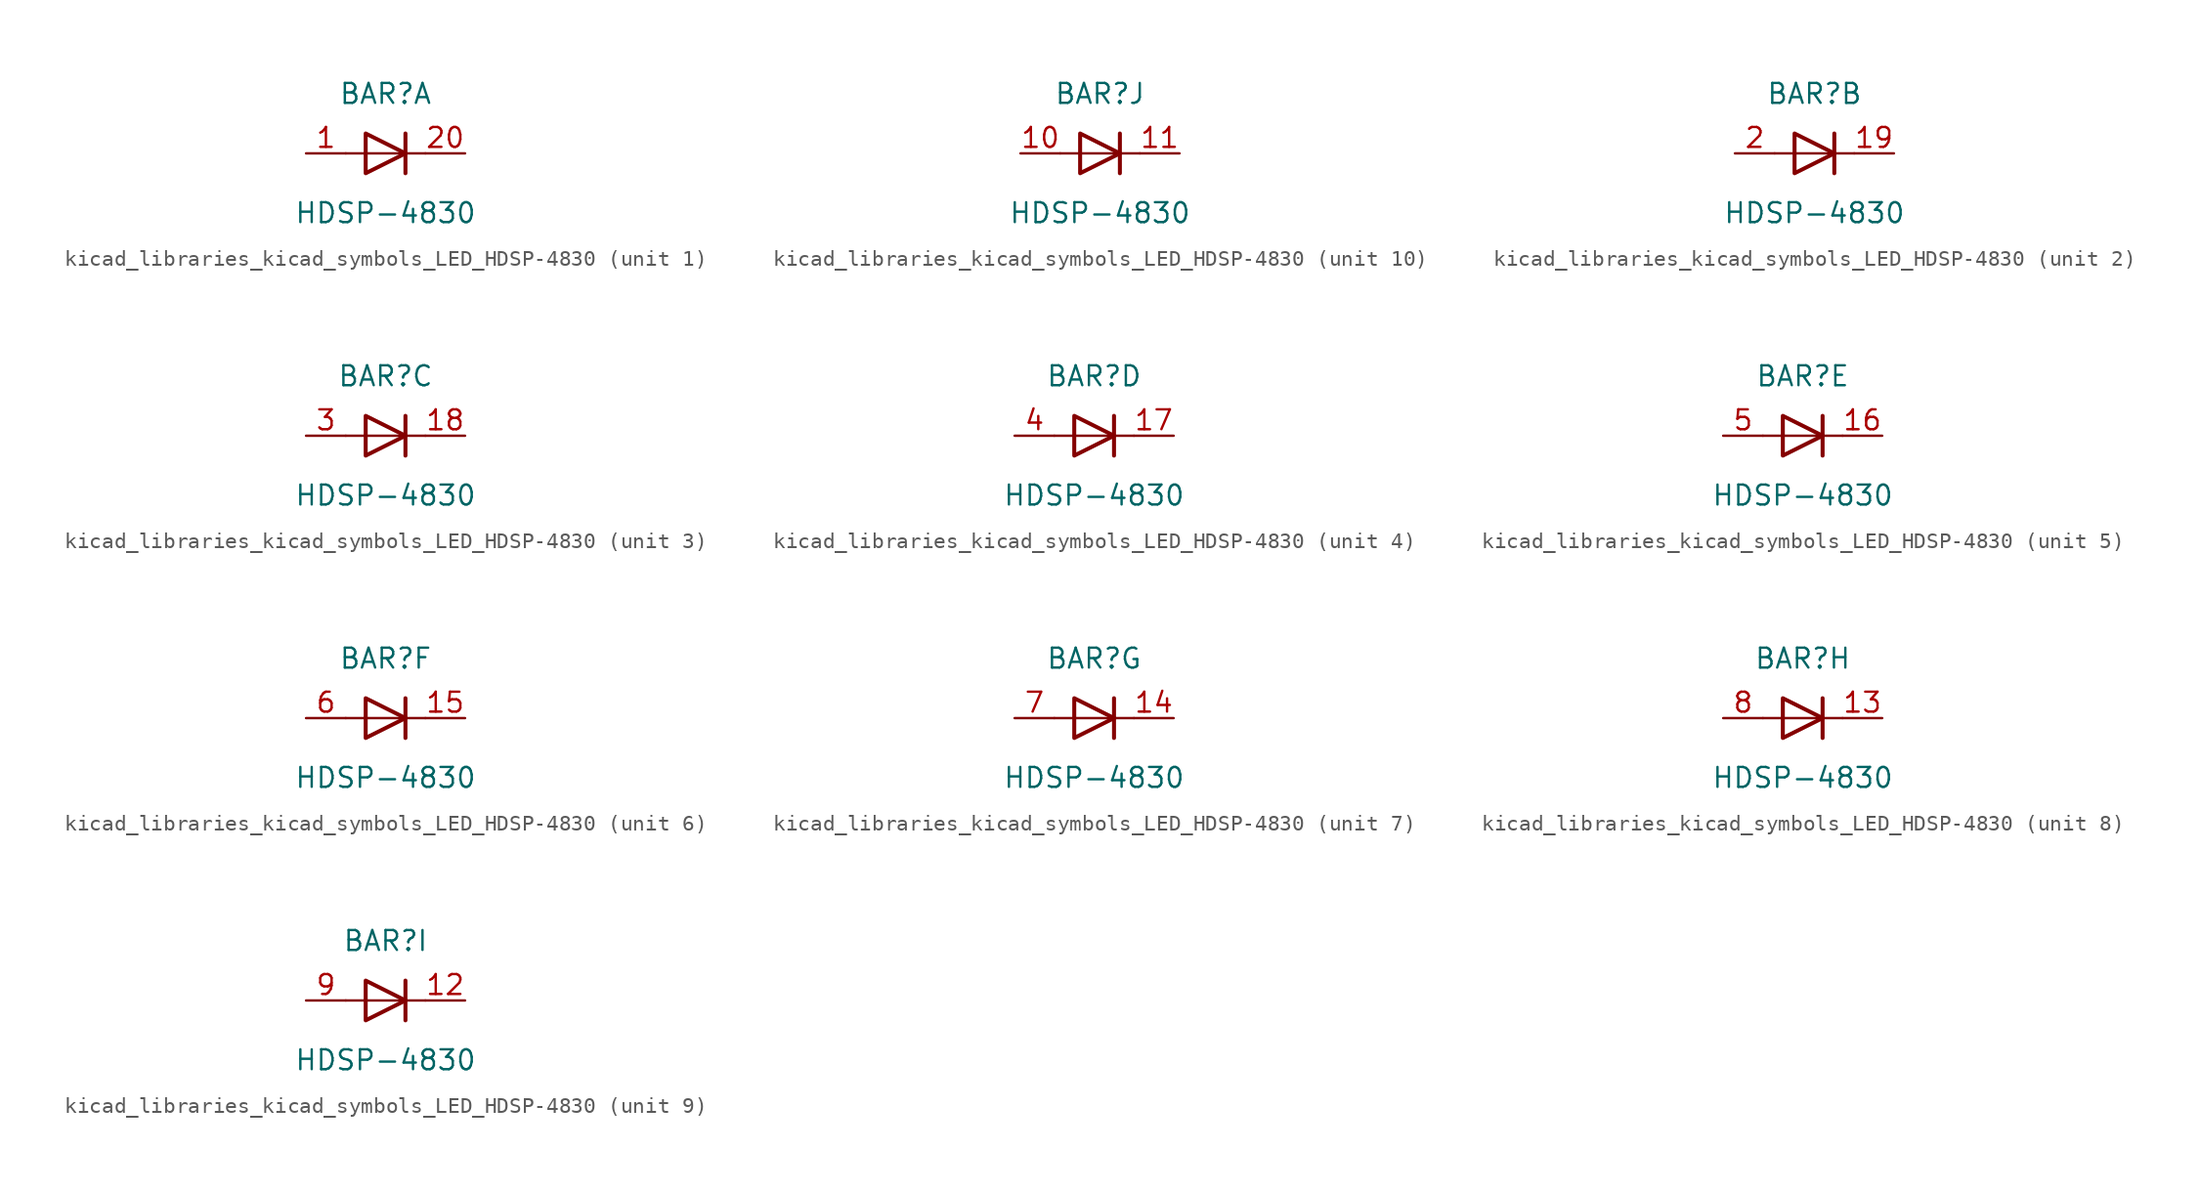
<source format=kicad_sym>
(kicad_symbol_lib
  (version 20220914)
  (generator kicad_symbol_editor)
  (symbol "kicad_libraries_kicad_symbols_LED_HDSP-4830"
    (pin_names
      (offset 1.016) hide)
    (property "Reference" "BAR"
      (at 0 3.81 0)
      (effects (font (size 1.27 1.27))))
    (property "Value" "HDSP-4830"
      (at 0 -3.81 0)
      (effects (font (size 1.27 1.27))))
    (symbol "kicad_libraries_kicad_symbols_LED_HDSP-4830_0_1"
      (polyline (pts (xy -2.54 0) (xy 2.54 0)) (stroke (width 0) (type default)) (fill (type none)))
      (polyline (pts (xy 1.27 -1.27) (xy 1.27 1.27)) (stroke (width 0.254) (type default)) (fill (type none)))
      (polyline (pts (xy -1.27 1.27) (xy -1.27 -1.27) (xy 1.27 0) (xy -1.27 1.27)) (stroke (width 0.254) (type default)) (fill (type none))))
    (symbol "kicad_libraries_kicad_symbols_LED_HDSP-4830_1_1"
      (pin passive line (at -5.08 0 0) (length 2.54) (name "A" (effects (font (size 1.27 1.27)))) (number "1" (effects (font (size 1.27 1.27)))))
      (pin passive line (at 5.08 0 180) (length 2.54) (name "K" (effects (font (size 1.27 1.27)))) (number "20" (effects (font (size 1.27 1.27))))))
    (symbol "kicad_libraries_kicad_symbols_LED_HDSP-4830_2_1"
      (pin passive line (at 5.08 0 180) (length 2.54) (name "K" (effects (font (size 1.27 1.27)))) (number "19" (effects (font (size 1.27 1.27)))))
      (pin passive line (at -5.08 0 0) (length 2.54) (name "A" (effects (font (size 1.27 1.27)))) (number "2" (effects (font (size 1.27 1.27))))))
    (symbol "kicad_libraries_kicad_symbols_LED_HDSP-4830_3_1"
      (pin passive line (at 5.08 0 180) (length 2.54) (name "K" (effects (font (size 1.27 1.27)))) (number "18" (effects (font (size 1.27 1.27)))))
      (pin passive line (at -5.08 0 0) (length 2.54) (name "A" (effects (font (size 1.27 1.27)))) (number "3" (effects (font (size 1.27 1.27))))))
    (symbol "kicad_libraries_kicad_symbols_LED_HDSP-4830_4_1"
      (pin passive line (at 5.08 0 180) (length 2.54) (name "K" (effects (font (size 1.27 1.27)))) (number "17" (effects (font (size 1.27 1.27)))))
      (pin passive line (at -5.08 0 0) (length 2.54) (name "A" (effects (font (size 1.27 1.27)))) (number "4" (effects (font (size 1.27 1.27))))))
    (symbol "kicad_libraries_kicad_symbols_LED_HDSP-4830_5_1"
      (pin passive line (at 5.08 0 180) (length 2.54) (name "K" (effects (font (size 1.27 1.27)))) (number "16" (effects (font (size 1.27 1.27)))))
      (pin passive line (at -5.08 0 0) (length 2.54) (name "A" (effects (font (size 1.27 1.27)))) (number "5" (effects (font (size 1.27 1.27))))))
    (symbol "kicad_libraries_kicad_symbols_LED_HDSP-4830_6_1"
      (pin passive line (at 5.08 0 180) (length 2.54) (name "K" (effects (font (size 1.27 1.27)))) (number "15" (effects (font (size 1.27 1.27)))))
      (pin passive line (at -5.08 0 0) (length 2.54) (name "A" (effects (font (size 1.27 1.27)))) (number "6" (effects (font (size 1.27 1.27))))))
    (symbol "kicad_libraries_kicad_symbols_LED_HDSP-4830_7_1"
      (pin passive line (at 5.08 0 180) (length 2.54) (name "K" (effects (font (size 1.27 1.27)))) (number "14" (effects (font (size 1.27 1.27)))))
      (pin passive line (at -5.08 0 0) (length 2.54) (name "A" (effects (font (size 1.27 1.27)))) (number "7" (effects (font (size 1.27 1.27))))))
    (symbol "kicad_libraries_kicad_symbols_LED_HDSP-4830_8_1"
      (pin passive line (at 5.08 0 180) (length 2.54) (name "K" (effects (font (size 1.27 1.27)))) (number "13" (effects (font (size 1.27 1.27)))))
      (pin passive line (at -5.08 0 0) (length 2.54) (name "A" (effects (font (size 1.27 1.27)))) (number "8" (effects (font (size 1.27 1.27))))))
    (symbol "kicad_libraries_kicad_symbols_LED_HDSP-4830_9_1"
      (pin passive line (at 5.08 0 180) (length 2.54) (name "K" (effects (font (size 1.27 1.27)))) (number "12" (effects (font (size 1.27 1.27)))))
      (pin passive line (at -5.08 0 0) (length 2.54) (name "A" (effects (font (size 1.27 1.27)))) (number "9" (effects (font (size 1.27 1.27))))))
    (symbol "kicad_libraries_kicad_symbols_LED_HDSP-4830_10_1"
      (pin passive line (at -5.08 0 0) (length 2.54) (name "A" (effects (font (size 1.27 1.27)))) (number "10" (effects (font (size 1.27 1.27)))))
      (pin passive line (at 5.08 0 180) (length 2.54) (name "K" (effects (font (size 1.27 1.27)))) (number "11" (effects (font (size 1.27 1.27))))))))
</source>
